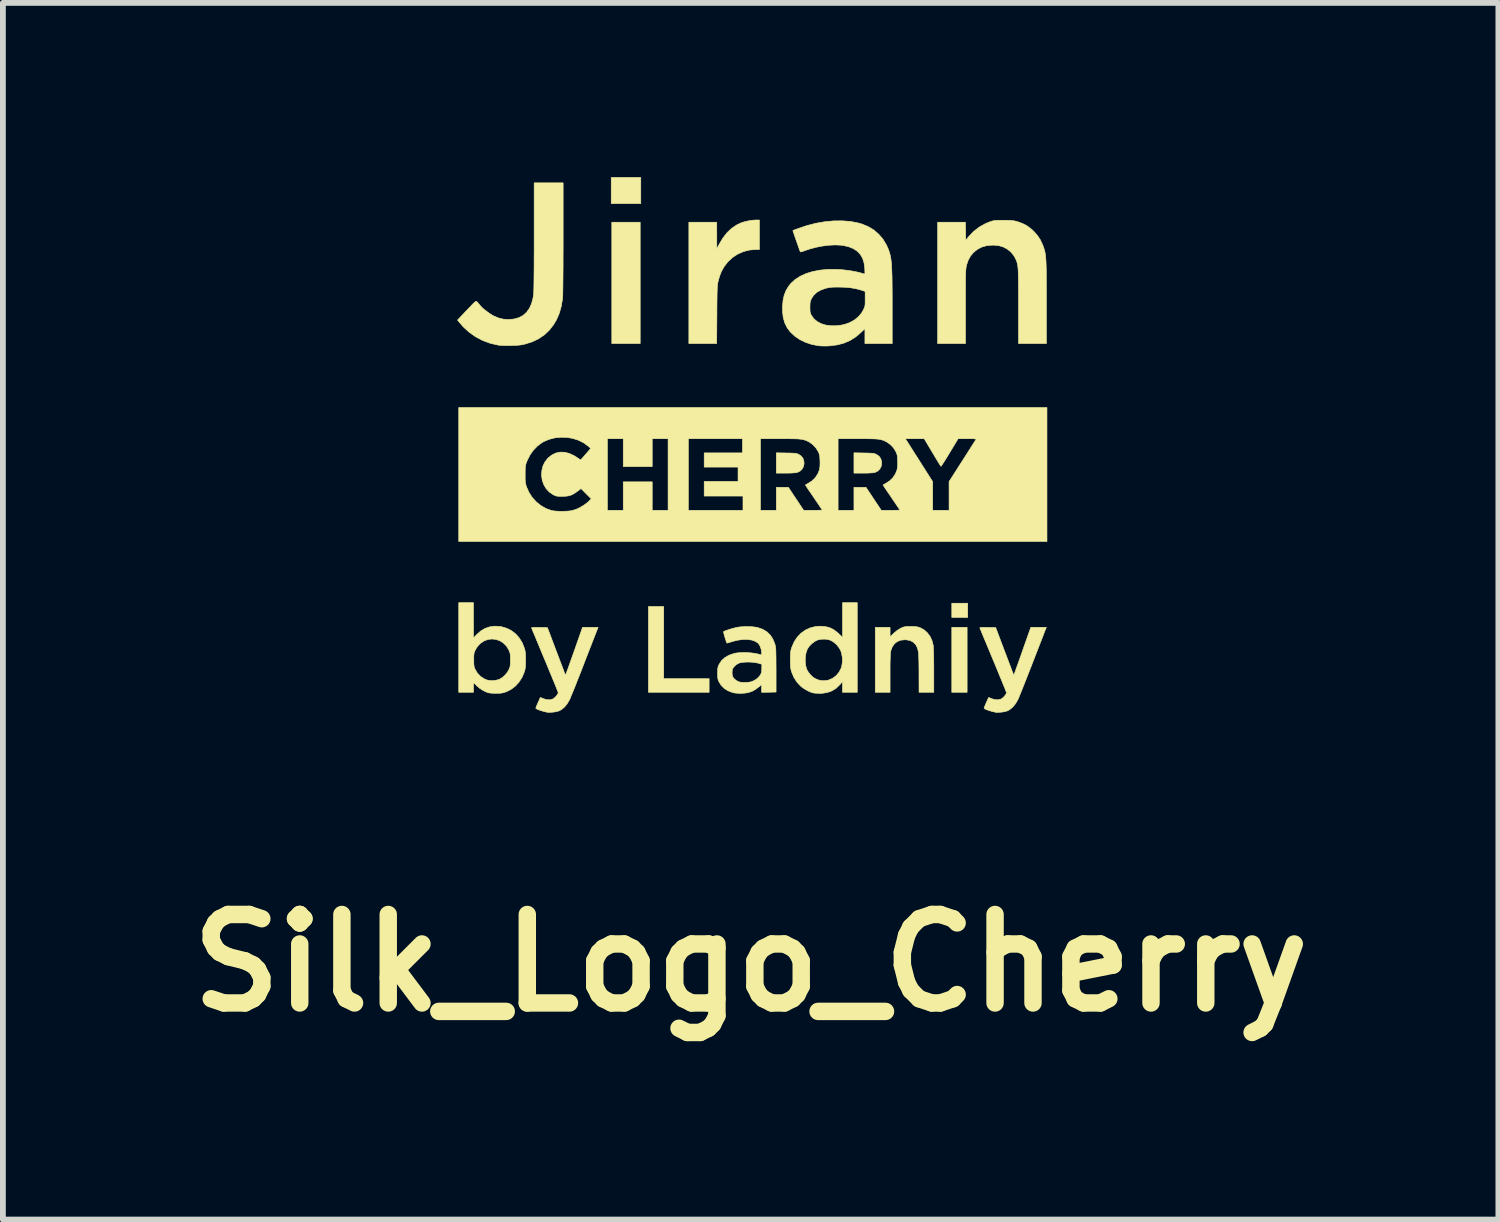
<source format=kicad_pcb>
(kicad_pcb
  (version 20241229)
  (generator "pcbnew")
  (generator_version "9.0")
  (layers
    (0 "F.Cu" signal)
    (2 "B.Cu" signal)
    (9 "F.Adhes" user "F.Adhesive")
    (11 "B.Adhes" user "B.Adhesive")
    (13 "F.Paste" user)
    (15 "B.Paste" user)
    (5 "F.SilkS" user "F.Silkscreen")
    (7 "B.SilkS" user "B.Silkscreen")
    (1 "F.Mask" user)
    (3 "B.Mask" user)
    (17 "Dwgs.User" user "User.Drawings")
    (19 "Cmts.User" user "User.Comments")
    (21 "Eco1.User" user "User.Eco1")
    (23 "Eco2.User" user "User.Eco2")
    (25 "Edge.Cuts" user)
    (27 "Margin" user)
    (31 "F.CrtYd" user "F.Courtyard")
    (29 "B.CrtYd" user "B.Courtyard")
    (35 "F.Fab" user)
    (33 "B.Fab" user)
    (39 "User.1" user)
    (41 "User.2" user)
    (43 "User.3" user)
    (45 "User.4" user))
  (footprint "Silk_Logo_Cherry"
    (layer "F.Cu")
    (at 9.877 13.533)
    (property "Reference" "Silk_Logo_Cherry" (at 0 0 0) (layer "F.SilkS") (effects (font (size 1.524 1.524) (thickness 0.3))))
    (attr through_hole)
    (fp_poly (pts (xy -1.902 -10.666) (xy -2.391 -10.666) (xy -2.391 -12.756) (xy -1.902 -12.756) (xy -1.902 -10.666)) (stroke (width 0.01) (type solid)) (fill yes) (layer "F.SilkS"))
    (fp_poly (pts (xy -1.892 -13.077) (xy -2.401 -13.077) (xy -2.401 -13.528) (xy -1.892 -13.528) (xy -1.892 -13.077)) (stroke (width 0.01) (type solid)) (fill yes) (layer "F.SilkS"))
    (fp_poly (pts (xy 3.728 -4.66) (xy 3.464 -4.66) (xy 3.464 -5.78) (xy 3.728 -5.78) (xy 3.728 -4.66)) (stroke (width 0.01) (type solid)) (fill yes) (layer "F.SilkS"))
    (fp_poly (pts (xy 3.738 -5.95) (xy 3.464 -5.95) (xy 3.464 -6.195) (xy 3.738 -6.195) (xy 3.738 -5.95)) (stroke (width 0.01) (type solid)) (fill yes) (layer "F.SilkS"))
    (fp_poly (pts (xy -1.497 -4.895) (xy -0.715 -4.895) (xy -0.715 -4.66) (xy -1.76 -4.66) (xy -1.76 -6.138) (xy -1.497 -6.138) (xy -1.497 -4.895)) (stroke (width 0.01) (type solid)) (fill yes) (layer "F.SilkS"))
    (fp_poly (pts (xy 0.614 -8.782) (xy 0.676 -8.781) (xy 0.723 -8.779) (xy 0.757 -8.777) (xy 0.782 -8.774) (xy 0.802 -8.769) (xy 0.819 -8.762) (xy 0.83 -8.757) (xy 0.873 -8.727) (xy 0.902 -8.688) (xy 0.917 -8.642) (xy 0.92 -8.595) (xy 0.91 -8.548) (xy 0.887 -8.506) (xy 0.852 -8.471) (xy 0.806 -8.448) (xy 0.803 -8.447) (xy 0.777 -8.442) (xy 0.736 -8.439) (xy 0.681 -8.436) (xy 0.616 -8.435) (xy 0.604 -8.435) (xy 0.442 -8.435) (xy 0.442 -8.785) (xy 0.614 -8.782)) (stroke (width 0.01) (type solid)) (fill yes) (layer "F.SilkS"))
    (fp_poly (pts (xy 1.951 -8.782) (xy 2.013 -8.781) (xy 2.06 -8.779) (xy 2.094 -8.777) (xy 2.119 -8.774) (xy 2.139 -8.769) (xy 2.156 -8.762) (xy 2.167 -8.757) (xy 2.21 -8.727) (xy 2.239 -8.688) (xy 2.254 -8.642) (xy 2.257 -8.595) (xy 2.247 -8.548) (xy 2.224 -8.506) (xy 2.189 -8.471) (xy 2.143 -8.448) (xy 2.14 -8.447) (xy 2.114 -8.442) (xy 2.073 -8.439) (xy 2.018 -8.436) (xy 1.953 -8.435) (xy 1.941 -8.435) (xy 1.779 -8.435) (xy 1.779 -8.785) (xy 1.951 -8.782)) (stroke (width 0.01) (type solid)) (fill yes) (layer "F.SilkS"))
    (fp_poly (pts (xy 0.151 -12.286) (xy 0.089 -12.286) (xy -0.021 -12.277) (xy -0.126 -12.25) (xy -0.224 -12.207) (xy -0.313 -12.148) (xy -0.392 -12.075) (xy -0.453 -11.996) (xy -0.484 -11.944) (xy -0.51 -11.892) (xy -0.532 -11.834) (xy -0.553 -11.764) (xy -0.558 -11.745) (xy -0.562 -11.727) (xy -0.566 -11.71) (xy -0.569 -11.69) (xy -0.572 -11.668) (xy -0.574 -11.64) (xy -0.575 -11.605) (xy -0.577 -11.561) (xy -0.578 -11.507) (xy -0.579 -11.441) (xy -0.58 -11.361) (xy -0.581 -11.265) (xy -0.581 -11.168) (xy -0.585 -10.666) (xy -1.064 -10.666) (xy -1.064 -12.756) (xy -0.584 -12.756) (xy -0.583 -12.528) (xy -0.583 -12.3) (xy -0.543 -12.375) (xy -0.478 -12.484) (xy -0.407 -12.575) (xy -0.328 -12.65) (xy -0.241 -12.709) (xy -0.164 -12.746) (xy -0.102 -12.765) (xy -0.032 -12.781) (xy 0.038 -12.791) (xy 0.089 -12.794) (xy 0.151 -12.794) (xy 0.151 -12.286)) (stroke (width 0.01) (type solid)) (fill yes) (layer "F.SilkS"))
    (fp_poly (pts (xy 2.758 -5.794) (xy 2.81 -5.794) (xy 2.848 -5.791) (xy 2.878 -5.786) (xy 2.906 -5.778) (xy 2.921 -5.772) (xy 2.987 -5.736) (xy 3.044 -5.685) (xy 3.091 -5.621) (xy 3.125 -5.546) (xy 3.144 -5.47) (xy 3.146 -5.446) (xy 3.148 -5.405) (xy 3.15 -5.35) (xy 3.152 -5.282) (xy 3.153 -5.205) (xy 3.154 -5.12) (xy 3.154 -5.034) (xy 3.154 -4.66) (xy 2.9 -4.66) (xy 2.899 -4.973) (xy 2.899 -5.051) (xy 2.898 -5.126) (xy 2.897 -5.196) (xy 2.895 -5.256) (xy 2.893 -5.304) (xy 2.891 -5.339) (xy 2.89 -5.35) (xy 2.873 -5.422) (xy 2.844 -5.48) (xy 2.803 -5.522) (xy 2.751 -5.551) (xy 2.687 -5.564) (xy 2.654 -5.566) (xy 2.584 -5.558) (xy 2.524 -5.534) (xy 2.476 -5.496) (xy 2.439 -5.443) (xy 2.414 -5.376) (xy 2.41 -5.356) (xy 2.408 -5.335) (xy 2.406 -5.298) (xy 2.404 -5.247) (xy 2.402 -5.185) (xy 2.401 -5.115) (xy 2.401 -5.039) (xy 2.401 -4.984) (xy 2.401 -4.66) (xy 2.146 -4.66) (xy 2.146 -5.78) (xy 2.401 -5.78) (xy 2.401 -5.7) (xy 2.401 -5.664) (xy 2.402 -5.637) (xy 2.403 -5.622) (xy 2.403 -5.62) (xy 2.411 -5.626) (xy 2.429 -5.643) (xy 2.453 -5.666) (xy 2.465 -5.678) (xy 2.519 -5.723) (xy 2.576 -5.759) (xy 2.587 -5.765) (xy 2.616 -5.778) (xy 2.639 -5.786) (xy 2.664 -5.791) (xy 2.694 -5.794) (xy 2.735 -5.794) (xy 2.758 -5.794)) (stroke (width 0.01) (type solid)) (fill yes) (layer "F.SilkS"))
    (fp_poly (pts (xy -3.229 -12.476) (xy -3.229 -12.309) (xy -3.23 -12.154) (xy -3.23 -12.012) (xy -3.231 -11.884) (xy -3.232 -11.771) (xy -3.233 -11.672) (xy -3.234 -11.59) (xy -3.235 -11.524) (xy -3.237 -11.476) (xy -3.238 -11.445) (xy -3.239 -11.438) (xy -3.262 -11.305) (xy -3.296 -11.185) (xy -3.344 -11.075) (xy -3.394 -10.991) (xy -3.467 -10.897) (xy -3.553 -10.816) (xy -3.651 -10.75) (xy -3.761 -10.697) (xy -3.874 -10.661) (xy -3.914 -10.651) (xy -3.951 -10.644) (xy -3.99 -10.639) (xy -4.036 -10.636) (xy -4.093 -10.634) (xy -4.128 -10.633) (xy -4.186 -10.633) (xy -4.242 -10.633) (xy -4.291 -10.635) (xy -4.329 -10.637) (xy -4.344 -10.639) (xy -4.481 -10.67) (xy -4.612 -10.718) (xy -4.736 -10.783) (xy -4.849 -10.863) (xy -4.953 -10.958) (xy -5.012 -11.027) (xy -5.048 -11.071) (xy -4.907 -11.22) (xy -4.854 -11.275) (xy -4.813 -11.318) (xy -4.782 -11.351) (xy -4.759 -11.373) (xy -4.742 -11.387) (xy -4.73 -11.393) (xy -4.721 -11.393) (xy -4.714 -11.388) (xy -4.706 -11.379) (xy -4.697 -11.369) (xy -4.675 -11.343) (xy -4.655 -11.318) (xy -4.649 -11.312) (xy -4.626 -11.287) (xy -4.591 -11.256) (xy -4.548 -11.223) (xy -4.503 -11.19) (xy -4.46 -11.162) (xy -4.425 -11.142) (xy -4.339 -11.106) (xy -4.254 -11.086) (xy -4.168 -11.081) (xy -4.075 -11.089) (xy -3.992 -11.112) (xy -3.92 -11.15) (xy -3.86 -11.204) (xy -3.81 -11.272) (xy -3.773 -11.355) (xy -3.747 -11.451) (xy -3.738 -11.512) (xy -3.736 -11.535) (xy -3.735 -11.576) (xy -3.733 -11.633) (xy -3.732 -11.706) (xy -3.731 -11.793) (xy -3.73 -11.893) (xy -3.729 -12.006) (xy -3.729 -12.131) (xy -3.728 -12.265) (xy -3.728 -12.408) (xy -3.728 -12.514) (xy -3.728 -13.434) (xy -3.229 -13.434) (xy -3.229 -12.476)) (stroke (width 0.01) (type solid)) (fill yes) (layer "F.SilkS"))
    (fp_poly (pts (xy 1.836 -4.66) (xy 1.582 -4.66) (xy 1.581 -4.844) (xy 1.539 -4.795) (xy 1.473 -4.731) (xy 1.399 -4.685) (xy 1.317 -4.656) (xy 1.227 -4.643) (xy 1.194 -4.642) (xy 1.15 -4.644) (xy 1.11 -4.646) (xy 1.079 -4.65) (xy 1.071 -4.651) (xy 1.028 -4.666) (xy 0.977 -4.69) (xy 0.925 -4.72) (xy 0.878 -4.753) (xy 0.86 -4.768) (xy 0.798 -4.835) (xy 0.746 -4.915) (xy 0.709 -5.002) (xy 0.699 -5.034) (xy 0.692 -5.063) (xy 0.688 -5.091) (xy 0.685 -5.126) (xy 0.684 -5.17) (xy 0.684 -5.197) (xy 0.94 -5.197) (xy 0.947 -5.125) (xy 0.964 -5.062) (xy 0.969 -5.051) (xy 0.993 -5.01) (xy 1.027 -4.966) (xy 1.067 -4.927) (xy 1.1 -4.903) (xy 1.164 -4.874) (xy 1.235 -4.86) (xy 1.307 -4.864) (xy 1.343 -4.872) (xy 1.412 -4.902) (xy 1.472 -4.947) (xy 1.521 -5.005) (xy 1.557 -5.073) (xy 1.568 -5.107) (xy 1.58 -5.181) (xy 1.579 -5.258) (xy 1.566 -5.333) (xy 1.549 -5.383) (xy 1.517 -5.437) (xy 1.473 -5.488) (xy 1.422 -5.53) (xy 1.377 -5.556) (xy 1.325 -5.572) (xy 1.265 -5.577) (xy 1.202 -5.573) (xy 1.151 -5.561) (xy 1.102 -5.536) (xy 1.054 -5.499) (xy 1.01 -5.455) (xy 0.978 -5.407) (xy 0.975 -5.401) (xy 0.954 -5.341) (xy 0.942 -5.271) (xy 0.94 -5.197) (xy 0.684 -5.197) (xy 0.684 -5.22) (xy 0.684 -5.277) (xy 0.685 -5.32) (xy 0.688 -5.353) (xy 0.693 -5.382) (xy 0.7 -5.41) (xy 0.709 -5.437) (xy 0.749 -5.529) (xy 0.802 -5.61) (xy 0.867 -5.678) (xy 0.942 -5.732) (xy 1.027 -5.771) (xy 1.119 -5.794) (xy 1.196 -5.799) (xy 1.283 -5.793) (xy 1.358 -5.775) (xy 1.428 -5.741) (xy 1.494 -5.691) (xy 1.518 -5.669) (xy 1.582 -5.608) (xy 1.582 -6.204) (xy 1.836 -6.204) (xy 1.836 -4.66)) (stroke (width 0.01) (type solid)) (fill yes) (layer "F.SilkS"))
    (fp_poly (pts (xy -2.646 -5.731) (xy -2.653 -5.713) (xy -2.666 -5.68) (xy -2.685 -5.632) (xy -2.708 -5.572) (xy -2.736 -5.501) (xy -2.767 -5.421) (xy -2.801 -5.334) (xy -2.837 -5.241) (xy -2.875 -5.143) (xy -2.876 -5.139) (xy -2.914 -5.041) (xy -2.951 -4.946) (xy -2.987 -4.857) (xy -3.019 -4.774) (xy -3.049 -4.7) (xy -3.075 -4.637) (xy -3.096 -4.586) (xy -3.111 -4.549) (xy -3.121 -4.528) (xy -3.161 -4.461) (xy -3.207 -4.405) (xy -3.258 -4.363) (xy -3.301 -4.34) (xy -3.342 -4.329) (xy -3.391 -4.32) (xy -3.441 -4.316) (xy -3.485 -4.315) (xy -3.502 -4.317) (xy -3.551 -4.328) (xy -3.598 -4.341) (xy -3.64 -4.355) (xy -3.673 -4.368) (xy -3.694 -4.381) (xy -3.7 -4.389) (xy -3.696 -4.401) (xy -3.686 -4.426) (xy -3.672 -4.46) (xy -3.66 -4.486) (xy -3.621 -4.573) (xy -3.583 -4.556) (xy -3.521 -4.536) (xy -3.464 -4.531) (xy -3.413 -4.543) (xy -3.406 -4.546) (xy -3.38 -4.563) (xy -3.353 -4.589) (xy -3.331 -4.617) (xy -3.316 -4.643) (xy -3.314 -4.655) (xy -3.317 -4.666) (xy -3.328 -4.692) (xy -3.344 -4.733) (xy -3.365 -4.786) (xy -3.392 -4.851) (xy -3.422 -4.925) (xy -3.457 -5.008) (xy -3.494 -5.098) (xy -3.533 -5.193) (xy -3.541 -5.211) (xy -3.581 -5.307) (xy -3.619 -5.398) (xy -3.654 -5.483) (xy -3.686 -5.559) (xy -3.713 -5.626) (xy -3.737 -5.682) (xy -3.755 -5.725) (xy -3.767 -5.755) (xy -3.772 -5.768) (xy -3.773 -5.769) (xy -3.771 -5.774) (xy -3.759 -5.777) (xy -3.736 -5.779) (xy -3.699 -5.779) (xy -3.645 -5.778) (xy -3.639 -5.778) (xy -3.5 -5.776) (xy -3.346 -5.367) (xy -3.314 -5.284) (xy -3.285 -5.206) (xy -3.258 -5.136) (xy -3.235 -5.075) (xy -3.216 -5.024) (xy -3.201 -4.987) (xy -3.192 -4.963) (xy -3.189 -4.955) (xy -3.185 -4.963) (xy -3.176 -4.988) (xy -3.162 -5.026) (xy -3.143 -5.077) (xy -3.121 -5.139) (xy -3.096 -5.21) (xy -3.068 -5.288) (xy -3.04 -5.367) (xy -2.895 -5.78) (xy -2.627 -5.78) (xy -2.646 -5.731)) (stroke (width 0.01) (type solid)) (fill yes) (layer "F.SilkS"))
    (fp_poly (pts (xy 4.416 -12.789) (xy 4.464 -12.788) (xy 4.501 -12.785) (xy 4.532 -12.781) (xy 4.561 -12.775) (xy 4.589 -12.768) (xy 4.678 -12.736) (xy 4.755 -12.697) (xy 4.826 -12.645) (xy 4.873 -12.602) (xy 4.938 -12.529) (xy 4.988 -12.454) (xy 5.028 -12.369) (xy 5.042 -12.332) (xy 5.051 -12.305) (xy 5.059 -12.279) (xy 5.066 -12.252) (xy 5.072 -12.224) (xy 5.077 -12.192) (xy 5.081 -12.156) (xy 5.084 -12.115) (xy 5.087 -12.065) (xy 5.089 -12.007) (xy 5.091 -11.938) (xy 5.092 -11.858) (xy 5.092 -11.765) (xy 5.093 -11.658) (xy 5.093 -11.534) (xy 5.093 -11.394) (xy 5.093 -11.375) (xy 5.093 -10.666) (xy 4.613 -10.666) (xy 4.613 -11.309) (xy 4.613 -11.442) (xy 4.613 -11.558) (xy 4.612 -11.658) (xy 4.612 -11.743) (xy 4.61 -11.815) (xy 4.609 -11.876) (xy 4.607 -11.927) (xy 4.604 -11.969) (xy 4.6 -12.004) (xy 4.595 -12.033) (xy 4.589 -12.057) (xy 4.583 -12.079) (xy 4.575 -12.1) (xy 4.565 -12.12) (xy 4.556 -12.14) (xy 4.525 -12.191) (xy 4.485 -12.239) (xy 4.477 -12.247) (xy 4.416 -12.296) (xy 4.35 -12.33) (xy 4.277 -12.352) (xy 4.192 -12.361) (xy 4.163 -12.361) (xy 4.067 -12.353) (xy 3.981 -12.329) (xy 3.904 -12.289) (xy 3.836 -12.233) (xy 3.787 -12.174) (xy 3.75 -12.109) (xy 3.723 -12.033) (xy 3.718 -12.017) (xy 3.715 -12.002) (xy 3.712 -11.986) (xy 3.709 -11.969) (xy 3.707 -11.948) (xy 3.705 -11.922) (xy 3.703 -11.89) (xy 3.702 -11.851) (xy 3.701 -11.801) (xy 3.701 -11.742) (xy 3.7 -11.67) (xy 3.7 -11.584) (xy 3.7 -11.483) (xy 3.7 -11.365) (xy 3.7 -11.305) (xy 3.7 -10.666) (xy 3.22 -10.666) (xy 3.22 -12.756) (xy 3.699 -12.756) (xy 3.702 -12.602) (xy 3.705 -12.447) (xy 3.755 -12.508) (xy 3.841 -12.598) (xy 3.938 -12.673) (xy 4.045 -12.733) (xy 4.112 -12.76) (xy 4.143 -12.771) (xy 4.168 -12.778) (xy 4.193 -12.784) (xy 4.221 -12.787) (xy 4.256 -12.789) (xy 4.302 -12.789) (xy 4.354 -12.789) (xy 4.416 -12.789)) (stroke (width 0.01) (type solid)) (fill yes) (layer "F.SilkS"))
    (fp_poly (pts (xy 5.073 -5.731) (xy 5.066 -5.713) (xy 5.053 -5.68) (xy 5.035 -5.632) (xy 5.012 -5.572) (xy 4.984 -5.501) (xy 4.953 -5.421) (xy 4.919 -5.334) (xy 4.883 -5.241) (xy 4.845 -5.143) (xy 4.844 -5.139) (xy 4.805 -5.041) (xy 4.768 -4.946) (xy 4.733 -4.857) (xy 4.7 -4.774) (xy 4.671 -4.7) (xy 4.645 -4.637) (xy 4.624 -4.586) (xy 4.609 -4.549) (xy 4.599 -4.528) (xy 4.559 -4.461) (xy 4.512 -4.405) (xy 4.462 -4.363) (xy 4.419 -4.34) (xy 4.378 -4.329) (xy 4.329 -4.32) (xy 4.279 -4.316) (xy 4.235 -4.315) (xy 4.218 -4.317) (xy 4.169 -4.328) (xy 4.122 -4.341) (xy 4.08 -4.355) (xy 4.047 -4.368) (xy 4.026 -4.381) (xy 4.02 -4.389) (xy 4.024 -4.401) (xy 4.034 -4.426) (xy 4.048 -4.46) (xy 4.059 -4.486) (xy 4.099 -4.573) (xy 4.137 -4.556) (xy 4.199 -4.536) (xy 4.256 -4.531) (xy 4.307 -4.543) (xy 4.314 -4.546) (xy 4.34 -4.563) (xy 4.367 -4.589) (xy 4.389 -4.617) (xy 4.403 -4.643) (xy 4.406 -4.655) (xy 4.402 -4.666) (xy 4.392 -4.692) (xy 4.376 -4.733) (xy 4.354 -4.786) (xy 4.328 -4.851) (xy 4.297 -4.925) (xy 4.263 -5.008) (xy 4.226 -5.098) (xy 4.187 -5.193) (xy 4.179 -5.211) (xy 4.139 -5.307) (xy 4.101 -5.398) (xy 4.066 -5.483) (xy 4.034 -5.559) (xy 4.006 -5.626) (xy 3.983 -5.682) (xy 3.965 -5.725) (xy 3.953 -5.755) (xy 3.947 -5.768) (xy 3.947 -5.769) (xy 3.949 -5.774) (xy 3.96 -5.777) (xy 3.984 -5.779) (xy 4.021 -5.779) (xy 4.075 -5.778) (xy 4.081 -5.778) (xy 4.22 -5.776) (xy 4.374 -5.367) (xy 4.406 -5.284) (xy 4.435 -5.206) (xy 4.462 -5.136) (xy 4.485 -5.075) (xy 4.504 -5.024) (xy 4.519 -4.987) (xy 4.528 -4.963) (xy 4.531 -4.955) (xy 4.535 -4.963) (xy 4.544 -4.988) (xy 4.558 -5.026) (xy 4.576 -5.077) (xy 4.599 -5.139) (xy 4.624 -5.21) (xy 4.652 -5.288) (xy 4.679 -5.367) (xy 4.825 -5.78) (xy 4.959 -5.78) (xy 5.093 -5.78) (xy 5.073 -5.731)) (stroke (width 0.01) (type solid)) (fill yes) (layer "F.SilkS"))
    (fp_poly (pts (xy -4.773 -5.598) (xy -4.713 -5.659) (xy -4.645 -5.719) (xy -4.574 -5.761) (xy -4.498 -5.787) (xy -4.414 -5.799) (xy -4.387 -5.799) (xy -4.291 -5.79) (xy -4.202 -5.764) (xy -4.12 -5.723) (xy -4.046 -5.666) (xy -3.984 -5.596) (xy -3.933 -5.513) (xy -3.896 -5.42) (xy -3.891 -5.403) (xy -3.883 -5.368) (xy -3.878 -5.328) (xy -3.875 -5.279) (xy -3.875 -5.215) (xy -3.875 -5.211) (xy -3.876 -5.155) (xy -3.877 -5.113) (xy -3.881 -5.079) (xy -3.887 -5.049) (xy -3.896 -5.017) (xy -3.901 -5.002) (xy -3.938 -4.915) (xy -3.989 -4.837) (xy -4.051 -4.768) (xy -4.123 -4.713) (xy -4.202 -4.672) (xy -4.265 -4.652) (xy -4.301 -4.646) (xy -4.348 -4.643) (xy -4.401 -4.643) (xy -4.452 -4.645) (xy -4.495 -4.649) (xy -4.513 -4.652) (xy -4.564 -4.67) (xy -4.619 -4.699) (xy -4.673 -4.735) (xy -4.714 -4.771) (xy -4.738 -4.795) (xy -4.757 -4.812) (xy -4.768 -4.82) (xy -4.768 -4.82) (xy -4.77 -4.811) (xy -4.772 -4.788) (xy -4.773 -4.755) (xy -4.773 -4.74) (xy -4.773 -4.66) (xy -5.027 -4.66) (xy -5.027 -5.22) (xy -4.768 -5.22) (xy -4.768 -5.169) (xy -4.766 -5.133) (xy -4.762 -5.105) (xy -4.756 -5.082) (xy -4.747 -5.061) (xy -4.705 -4.99) (xy -4.65 -4.933) (xy -4.583 -4.89) (xy -4.535 -4.871) (xy -4.491 -4.863) (xy -4.437 -4.862) (xy -4.382 -4.869) (xy -4.334 -4.882) (xy -4.327 -4.885) (xy -4.273 -4.917) (xy -4.223 -4.963) (xy -4.182 -5.017) (xy -4.165 -5.049) (xy -4.153 -5.075) (xy -4.145 -5.098) (xy -4.141 -5.123) (xy -4.138 -5.155) (xy -4.138 -5.198) (xy -4.138 -5.22) (xy -4.138 -5.269) (xy -4.139 -5.304) (xy -4.143 -5.33) (xy -4.149 -5.352) (xy -4.159 -5.376) (xy -4.168 -5.396) (xy -4.209 -5.461) (xy -4.261 -5.512) (xy -4.321 -5.549) (xy -4.386 -5.571) (xy -4.453 -5.579) (xy -4.522 -5.571) (xy -4.588 -5.547) (xy -4.649 -5.507) (xy -4.672 -5.486) (xy -4.7 -5.454) (xy -4.727 -5.415) (xy -4.741 -5.389) (xy -4.753 -5.364) (xy -4.761 -5.342) (xy -4.765 -5.318) (xy -4.768 -5.288) (xy -4.768 -5.247) (xy -4.768 -5.22) (xy -5.027 -5.22) (xy -5.027 -6.204) (xy -4.773 -6.204) (xy -4.773 -5.598)) (stroke (width 0.01) (type solid)) (fill yes) (layer "F.SilkS"))
    (fp_poly (pts (xy 0.02 -5.79) (xy 0.078 -5.784) (xy 0.122 -5.776) (xy 0.207 -5.746) (xy 0.279 -5.703) (xy 0.337 -5.648) (xy 0.382 -5.579) (xy 0.416 -5.496) (xy 0.421 -5.477) (xy 0.426 -5.46) (xy 0.429 -5.44) (xy 0.432 -5.416) (xy 0.434 -5.385) (xy 0.435 -5.346) (xy 0.436 -5.296) (xy 0.437 -5.234) (xy 0.437 -5.158) (xy 0.438 -5.065) (xy 0.438 -5.041) (xy 0.438 -4.665) (xy 0.313 -4.662) (xy 0.188 -4.66) (xy 0.188 -4.792) (xy 0.136 -4.75) (xy 0.081 -4.709) (xy 0.029 -4.68) (xy -0.028 -4.66) (xy -0.044 -4.655) (xy -0.095 -4.647) (xy -0.156 -4.643) (xy -0.219 -4.644) (xy -0.277 -4.649) (xy -0.308 -4.656) (xy -0.388 -4.686) (xy -0.455 -4.728) (xy -0.509 -4.783) (xy -0.543 -4.838) (xy -0.556 -4.864) (xy -0.563 -4.888) (xy -0.567 -4.914) (xy -0.569 -4.949) (xy -0.57 -4.99) (xy -0.569 -5.001) (xy -0.32 -5.001) (xy -0.317 -4.962) (xy -0.308 -4.929) (xy -0.306 -4.924) (xy -0.282 -4.893) (xy -0.247 -4.864) (xy -0.207 -4.843) (xy -0.202 -4.841) (xy -0.171 -4.834) (xy -0.127 -4.831) (xy -0.078 -4.831) (xy -0.032 -4.834) (xy 0.006 -4.841) (xy 0.011 -4.842) (xy 0.066 -4.866) (xy 0.117 -4.901) (xy 0.156 -4.943) (xy 0.166 -4.958) (xy 0.18 -4.985) (xy 0.188 -5.012) (xy 0.191 -5.046) (xy 0.192 -5.072) (xy 0.193 -5.144) (xy 0.132 -5.162) (xy 0.082 -5.172) (xy 0.023 -5.179) (xy -0.04 -5.182) (xy -0.101 -5.18) (xy -0.154 -5.175) (xy -0.194 -5.166) (xy -0.241 -5.142) (xy -0.282 -5.106) (xy -0.31 -5.068) (xy -0.317 -5.039) (xy -0.32 -5.001) (xy -0.569 -5.001) (xy -0.569 -5.036) (xy -0.567 -5.07) (xy -0.562 -5.095) (xy -0.554 -5.119) (xy -0.543 -5.142) (xy -0.502 -5.206) (xy -0.445 -5.258) (xy -0.374 -5.299) (xy -0.287 -5.329) (xy -0.262 -5.335) (xy -0.208 -5.342) (xy -0.141 -5.345) (xy -0.069 -5.345) (xy 0.004 -5.34) (xy 0.071 -5.332) (xy 0.12 -5.322) (xy 0.188 -5.304) (xy 0.188 -5.351) (xy 0.183 -5.394) (xy 0.169 -5.439) (xy 0.149 -5.48) (xy 0.126 -5.509) (xy 0.126 -5.509) (xy 0.077 -5.54) (xy 0.016 -5.561) (xy -0.057 -5.571) (xy -0.138 -5.57) (xy -0.225 -5.558) (xy -0.317 -5.535) (xy -0.332 -5.53) (xy -0.367 -5.519) (xy -0.393 -5.511) (xy -0.407 -5.509) (xy -0.409 -5.509) (xy -0.415 -5.522) (xy -0.424 -5.547) (xy -0.435 -5.58) (xy -0.446 -5.617) (xy -0.456 -5.653) (xy -0.463 -5.682) (xy -0.467 -5.701) (xy -0.466 -5.705) (xy -0.455 -5.712) (xy -0.429 -5.723) (xy -0.392 -5.735) (xy -0.35 -5.749) (xy -0.305 -5.762) (xy -0.262 -5.773) (xy -0.226 -5.781) (xy -0.174 -5.788) (xy -0.111 -5.792) (xy -0.045 -5.792) (xy 0.02 -5.79)) (stroke (width 0.01) (type solid)) (fill yes) (layer "F.SilkS"))
    (fp_poly (pts (xy 1.721 -12.769) (xy 1.853 -12.743) (xy 1.911 -12.727) (xy 2.021 -12.682) (xy 2.12 -12.623) (xy 2.206 -12.549) (xy 2.28 -12.462) (xy 2.34 -12.362) (xy 2.366 -12.303) (xy 2.379 -12.27) (xy 2.39 -12.237) (xy 2.4 -12.203) (xy 2.408 -12.167) (xy 2.415 -12.127) (xy 2.421 -12.081) (xy 2.426 -12.029) (xy 2.429 -11.969) (xy 2.432 -11.898) (xy 2.435 -11.817) (xy 2.436 -11.723) (xy 2.437 -11.616) (xy 2.438 -11.493) (xy 2.438 -11.353) (xy 2.438 -11.285) (xy 2.438 -10.666) (xy 1.968 -10.666) (xy 1.968 -10.923) (xy 1.894 -10.853) (xy 1.805 -10.778) (xy 1.711 -10.719) (xy 1.609 -10.675) (xy 1.498 -10.645) (xy 1.374 -10.628) (xy 1.332 -10.625) (xy 1.282 -10.624) (xy 1.229 -10.625) (xy 1.183 -10.628) (xy 1.17 -10.629) (xy 1.055 -10.651) (xy 0.946 -10.687) (xy 0.847 -10.735) (xy 0.759 -10.795) (xy 0.685 -10.865) (xy 0.683 -10.866) (xy 0.628 -10.94) (xy 0.588 -11.021) (xy 0.562 -11.112) (xy 0.549 -11.213) (xy 0.549 -11.293) (xy 1.021 -11.293) (xy 1.022 -11.248) (xy 1.024 -11.217) (xy 1.029 -11.193) (xy 1.037 -11.171) (xy 1.05 -11.147) (xy 1.091 -11.091) (xy 1.147 -11.045) (xy 1.215 -11.009) (xy 1.293 -10.985) (xy 1.38 -10.973) (xy 1.473 -10.973) (xy 1.571 -10.986) (xy 1.616 -10.996) (xy 1.705 -11.027) (xy 1.785 -11.071) (xy 1.854 -11.127) (xy 1.91 -11.192) (xy 1.942 -11.248) (xy 1.954 -11.274) (xy 1.963 -11.296) (xy 1.968 -11.318) (xy 1.971 -11.345) (xy 1.972 -11.381) (xy 1.972 -11.431) (xy 1.972 -11.438) (xy 1.972 -11.565) (xy 1.903 -11.587) (xy 1.814 -11.611) (xy 1.724 -11.627) (xy 1.627 -11.636) (xy 1.518 -11.639) (xy 1.516 -11.639) (xy 1.453 -11.639) (xy 1.405 -11.637) (xy 1.366 -11.633) (xy 1.332 -11.628) (xy 1.298 -11.619) (xy 1.295 -11.619) (xy 1.211 -11.589) (xy 1.143 -11.551) (xy 1.09 -11.503) (xy 1.05 -11.445) (xy 1.048 -11.44) (xy 1.035 -11.413) (xy 1.028 -11.388) (xy 1.023 -11.361) (xy 1.022 -11.324) (xy 1.021 -11.293) (xy 0.549 -11.293) (xy 0.549 -11.307) (xy 0.558 -11.41) (xy 0.578 -11.501) (xy 0.61 -11.582) (xy 0.656 -11.656) (xy 0.693 -11.702) (xy 0.766 -11.769) (xy 0.854 -11.826) (xy 0.955 -11.872) (xy 1.069 -11.907) (xy 1.195 -11.931) (xy 1.332 -11.944) (xy 1.478 -11.944) (xy 1.478 -11.944) (xy 1.566 -11.939) (xy 1.657 -11.929) (xy 1.746 -11.916) (xy 1.829 -11.9) (xy 1.901 -11.882) (xy 1.954 -11.865) (xy 1.961 -11.864) (xy 1.966 -11.869) (xy 1.968 -11.883) (xy 1.967 -11.909) (xy 1.966 -11.951) (xy 1.965 -11.957) (xy 1.954 -12.051) (xy 1.929 -12.132) (xy 1.89 -12.2) (xy 1.837 -12.256) (xy 1.77 -12.301) (xy 1.688 -12.334) (xy 1.592 -12.356) (xy 1.546 -12.361) (xy 1.455 -12.365) (xy 1.353 -12.36) (xy 1.244 -12.347) (xy 1.134 -12.326) (xy 1.027 -12.298) (xy 0.928 -12.265) (xy 0.923 -12.263) (xy 0.892 -12.252) (xy 0.868 -12.246) (xy 0.856 -12.246) (xy 0.856 -12.246) (xy 0.851 -12.256) (xy 0.841 -12.282) (xy 0.828 -12.32) (xy 0.811 -12.368) (xy 0.792 -12.422) (xy 0.788 -12.433) (xy 0.726 -12.613) (xy 0.813 -12.646) (xy 0.967 -12.698) (xy 1.123 -12.738) (xy 1.279 -12.765) (xy 1.432 -12.779) (xy 1.58 -12.78) (xy 1.721 -12.769)) (stroke (width 0.01) (type solid)) (fill yes) (layer "F.SilkS"))
    (fp_poly (pts (xy 5.103 -7.258) (xy -5.027 -7.258) (xy -5.027 -8.416) (xy -3.883 -8.416) (xy -3.883 -8.358) (xy -3.882 -8.314) (xy -3.879 -8.28) (xy -3.875 -8.252) (xy -3.868 -8.225) (xy -3.862 -8.205) (xy -3.82 -8.108) (xy -3.763 -8.019) (xy -3.693 -7.941) (xy -3.612 -7.876) (xy -3.522 -7.825) (xy -3.427 -7.791) (xy -3.387 -7.784) (xy -3.334 -7.78) (xy -3.273 -7.777) (xy -3.21 -7.778) (xy -3.15 -7.781) (xy -3.099 -7.786) (xy -3.077 -7.79) (xy -3.01 -7.81) (xy -2.939 -7.843) (xy -2.869 -7.885) (xy -2.807 -7.932) (xy -2.773 -7.964) (xy -2.745 -7.993) (xy -2.833 -8.081) (xy -2.921 -8.169) (xy -2.978 -8.126) (xy -3.032 -8.088) (xy -3.079 -8.062) (xy -3.125 -8.046) (xy -3.177 -8.038) (xy -3.24 -8.035) (xy -3.243 -8.035) (xy -3.289 -8.035) (xy -3.322 -8.037) (xy -3.346 -8.041) (xy -3.368 -8.048) (xy -3.392 -8.06) (xy -3.406 -8.067) (xy -3.471 -8.113) (xy -3.524 -8.171) (xy -3.564 -8.24) (xy -3.59 -8.317) (xy -3.601 -8.399) (xy -3.596 -8.477) (xy -3.578 -8.555) (xy -3.547 -8.621) (xy -3.501 -8.682) (xy -3.486 -8.698) (xy -3.423 -8.748) (xy -3.355 -8.781) (xy -3.282 -8.797) (xy -3.204 -8.795) (xy -3.125 -8.775) (xy -3.044 -8.738) (xy -3.001 -8.711) (xy -2.928 -8.662) (xy -2.896 -8.697) (xy -2.875 -8.721) (xy -2.847 -8.753) (xy -2.817 -8.788) (xy -2.809 -8.797) (xy -2.754 -8.862) (xy -2.8 -8.902) (xy -2.879 -8.959) (xy -2.968 -9.003) (xy -3.049 -9.028) (xy -2.467 -9.028) (xy -2.467 -7.795) (xy -2.194 -7.795) (xy -2.194 -8.285) (xy -1.695 -8.285) (xy -1.695 -7.795) (xy -1.422 -7.795) (xy -1.422 -9.028) (xy -1.073 -9.028) (xy -1.073 -7.795) (xy -0.132 -7.795) (xy -0.132 -8.04) (xy -0.8 -8.04) (xy -0.8 -8.294) (xy -0.217 -8.294) (xy -0.217 -8.539) (xy -0.8 -8.539) (xy -0.8 -8.784) (xy -0.141 -8.784) (xy -0.141 -9.028) (xy 0.169 -9.028) (xy 0.169 -7.795) (xy 0.442 -7.795) (xy 0.442 -8.191) (xy 0.649 -8.191) (xy 0.913 -7.795) (xy 1.073 -7.795) (xy 1.126 -7.795) (xy 1.171 -7.796) (xy 1.206 -7.797) (xy 1.228 -7.798) (xy 1.233 -7.799) (xy 1.228 -7.808) (xy 1.214 -7.829) (xy 1.191 -7.863) (xy 1.162 -7.906) (xy 1.128 -7.956) (xy 1.09 -8.012) (xy 1.087 -8.017) (xy 1.049 -8.073) (xy 1.014 -8.123) (xy 0.985 -8.166) (xy 0.963 -8.2) (xy 0.949 -8.223) (xy 0.943 -8.233) (xy 0.943 -8.233) (xy 0.953 -8.238) (xy 0.973 -8.248) (xy 0.979 -8.252) (xy 1.052 -8.298) (xy 1.112 -8.355) (xy 1.156 -8.422) (xy 1.182 -8.486) (xy 1.19 -8.523) (xy 1.194 -8.565) (xy 1.195 -8.618) (xy 1.194 -8.646) (xy 1.192 -8.694) (xy 1.189 -8.73) (xy 1.183 -8.757) (xy 1.175 -8.782) (xy 1.163 -8.807) (xy 1.125 -8.868) (xy 1.075 -8.922) (xy 1.018 -8.965) (xy 0.999 -8.976) (xy 0.973 -8.989) (xy 0.947 -9) (xy 0.921 -9.008) (xy 0.893 -9.015) (xy 0.859 -9.02) (xy 0.818 -9.024) (xy 0.767 -9.026) (xy 0.705 -9.027) (xy 0.629 -9.028) (xy 0.537 -9.028) (xy 0.506 -9.028) (xy 1.506 -9.028) (xy 1.506 -7.795) (xy 1.779 -7.795) (xy 1.779 -8.191) (xy 1.986 -8.191) (xy 2.25 -7.795) (xy 2.41 -7.795) (xy 2.463 -7.795) (xy 2.508 -7.796) (xy 2.543 -7.797) (xy 2.565 -7.798) (xy 2.57 -7.799) (xy 2.565 -7.808) (xy 2.551 -7.829) (xy 2.528 -7.863) (xy 2.499 -7.906) (xy 2.465 -7.956) (xy 2.427 -8.012) (xy 2.424 -8.017) (xy 2.386 -8.073) (xy 2.351 -8.123) (xy 2.322 -8.166) (xy 2.3 -8.2) (xy 2.285 -8.223) (xy 2.28 -8.233) (xy 2.28 -8.233) (xy 2.29 -8.238) (xy 2.309 -8.248) (xy 2.316 -8.252) (xy 2.389 -8.298) (xy 2.449 -8.355) (xy 2.493 -8.422) (xy 2.519 -8.486) (xy 2.527 -8.523) (xy 2.531 -8.565) (xy 2.532 -8.618) (xy 2.531 -8.646) (xy 2.529 -8.694) (xy 2.526 -8.73) (xy 2.52 -8.757) (xy 2.511 -8.782) (xy 2.5 -8.807) (xy 2.462 -8.868) (xy 2.412 -8.922) (xy 2.355 -8.965) (xy 2.336 -8.976) (xy 2.309 -8.989) (xy 2.284 -9) (xy 2.258 -9.008) (xy 2.229 -9.015) (xy 2.196 -9.02) (xy 2.154 -9.024) (xy 2.104 -9.026) (xy 2.042 -9.027) (xy 1.966 -9.028) (xy 1.874 -9.028) (xy 1.843 -9.028) (xy 2.665 -9.028) (xy 2.738 -8.913) (xy 2.762 -8.875) (xy 2.794 -8.825) (xy 2.832 -8.764) (xy 2.875 -8.698) (xy 2.919 -8.628) (xy 2.963 -8.559) (xy 2.973 -8.543) (xy 3.135 -8.288) (xy 3.135 -7.795) (xy 3.417 -7.795) (xy 3.417 -8.042) (xy 3.417 -8.289) (xy 3.646 -8.647) (xy 3.693 -8.721) (xy 3.738 -8.791) (xy 3.778 -8.854) (xy 3.813 -8.909) (xy 3.842 -8.955) (xy 3.864 -8.989) (xy 3.878 -9.01) (xy 3.882 -9.017) (xy 3.881 -9.021) (xy 3.87 -9.024) (xy 3.847 -9.026) (xy 3.81 -9.028) (xy 3.758 -9.028) (xy 3.731 -9.028) (xy 3.573 -9.028) (xy 3.428 -8.788) (xy 3.392 -8.728) (xy 3.358 -8.673) (xy 3.329 -8.627) (xy 3.305 -8.59) (xy 3.287 -8.565) (xy 3.278 -8.553) (xy 3.276 -8.553) (xy 3.27 -8.562) (xy 3.255 -8.585) (xy 3.233 -8.62) (xy 3.205 -8.666) (xy 3.173 -8.719) (xy 3.138 -8.778) (xy 3.129 -8.793) (xy 2.989 -9.028) (xy 2.665 -9.028) (xy 1.843 -9.028) (xy 1.506 -9.028) (xy 0.506 -9.028) (xy 0.169 -9.028) (xy -0.141 -9.028) (xy -1.073 -9.028) (xy -1.422 -9.028) (xy -1.695 -9.028) (xy -1.695 -8.548) (xy -2.194 -8.548) (xy -2.194 -9.028) (xy -2.467 -9.028) (xy -3.049 -9.028) (xy -3.065 -9.034) (xy -3.167 -9.05) (xy -3.271 -9.053) (xy -3.375 -9.042) (xy -3.474 -9.016) (xy -3.567 -8.976) (xy -3.592 -8.961) (xy -3.67 -8.904) (xy -3.74 -8.832) (xy -3.799 -8.749) (xy -3.846 -8.657) (xy -3.853 -8.639) (xy -3.865 -8.609) (xy -3.872 -8.583) (xy -3.878 -8.559) (xy -3.881 -8.53) (xy -3.882 -8.493) (xy -3.883 -8.444) (xy -3.883 -8.416) (xy -5.027 -8.416) (xy -5.027 -9.565) (xy 5.103 -9.565) (xy 5.103 -7.258)) (stroke (width 0.01) (type solid)) (fill yes) (layer "F.SilkS")))
  (gr_rect
    (start -3 -3)
    (end 22.754 17.952)
    (stroke (width 0.1) (type default))
    (fill no)
    (layer "Edge.Cuts")))
</source>
